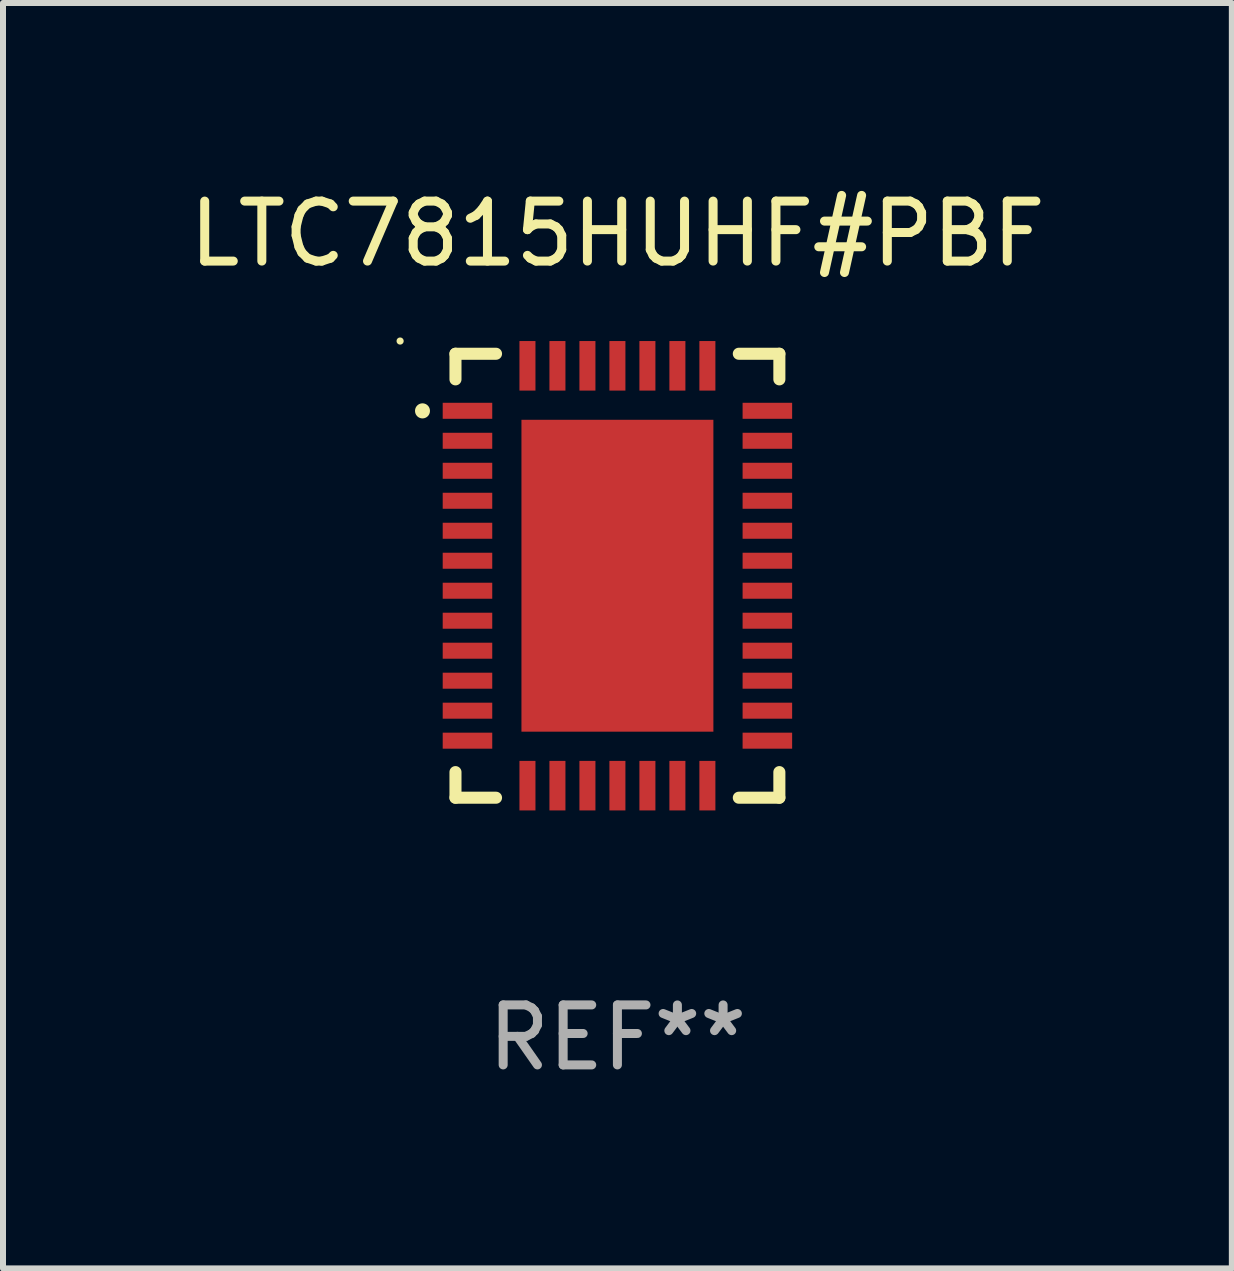
<source format=kicad_pcb>
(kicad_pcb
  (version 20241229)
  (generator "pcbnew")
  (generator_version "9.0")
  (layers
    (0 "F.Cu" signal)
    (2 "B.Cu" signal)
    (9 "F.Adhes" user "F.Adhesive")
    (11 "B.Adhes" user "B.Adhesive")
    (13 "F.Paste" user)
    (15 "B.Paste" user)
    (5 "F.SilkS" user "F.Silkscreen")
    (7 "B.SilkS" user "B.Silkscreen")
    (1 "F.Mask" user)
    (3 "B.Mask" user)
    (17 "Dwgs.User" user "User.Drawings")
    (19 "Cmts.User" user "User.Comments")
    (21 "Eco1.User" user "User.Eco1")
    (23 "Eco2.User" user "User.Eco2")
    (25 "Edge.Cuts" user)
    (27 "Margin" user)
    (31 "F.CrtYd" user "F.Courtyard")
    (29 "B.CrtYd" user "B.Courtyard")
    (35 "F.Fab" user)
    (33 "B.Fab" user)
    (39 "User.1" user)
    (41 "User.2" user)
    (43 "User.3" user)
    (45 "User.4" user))
  (footprint "LTC7815HUHF#PBF"
    (layer "F.Cu")
    (at 7.244 6.549)
    (property "Reference" "LTC7815HUHF#PBF" (at 0 -5.701 0) (layer "F.SilkS") (effects (font (size 1 1) (thickness 0.15))))
    (attr through_hole)
    (fp_line (start -2.7 -3.701) (end -2.024 -3.701) (stroke (width 0.201) (type solid)) (layer "F.SilkS"))
    (fp_line (start -2.7 -3.274) (end -2.7 -3.701) (stroke (width 0.201) (type solid)) (layer "F.SilkS"))
    (fp_line (start -2.7 3.274) (end -2.7 3.701) (stroke (width 0.201) (type solid)) (layer "F.SilkS"))
    (fp_line (start -2.7 3.701) (end -2.024 3.701) (stroke (width 0.201) (type solid)) (layer "F.SilkS"))
    (fp_line (start 2.024 -3.701) (end 2.7 -3.701) (stroke (width 0.201) (type solid)) (layer "F.SilkS"))
    (fp_line (start 2.024 3.701) (end 2.7 3.701) (stroke (width 0.201) (type solid)) (layer "F.SilkS"))
    (fp_line (start 2.7 -3.701) (end 2.7 -3.274) (stroke (width 0.201) (type solid)) (layer "F.SilkS"))
    (fp_line (start 2.7 3.701) (end 2.7 3.274) (stroke (width 0.201) (type solid)) (layer "F.SilkS"))
    (fp_arc (start -3.250013 -2.747473) (mid -3.250019 -2.748743) (end -3.250013 -2.750013) (stroke (width 0.24892) (type solid)) (layer "F.SilkS"))
    (fp_circle (center -3.623 -3.913) (end -3.593 -3.913) (stroke (width 0.06) (type solid)) (fill no) (layer "F.SilkS"))
    (fp_text user "REF**" (at 0 7.701 0) (layer "F.Fab") (effects (font (size 1 1) (thickness 0.15))))
    (pad "1" smd rect (at -2.5 -2.75 90) (size 0.267 0.826) (layers "F.Cu" "F.Mask" "F.Paste"))
    (pad "2" smd rect (at -2.5 -2.25 90) (size 0.267 0.826) (layers "F.Cu" "F.Mask" "F.Paste"))
    (pad "3" smd rect (at -2.5 -1.75 90) (size 0.267 0.826) (layers "F.Cu" "F.Mask" "F.Paste"))
    (pad "4" smd rect (at -2.5 -1.25 90) (size 0.267 0.826) (layers "F.Cu" "F.Mask" "F.Paste"))
    (pad "5" smd rect (at -2.5 -0.75 90) (size 0.267 0.826) (layers "F.Cu" "F.Mask" "F.Paste"))
    (pad "6" smd rect (at -2.5 -0.25 90) (size 0.267 0.826) (layers "F.Cu" "F.Mask" "F.Paste"))
    (pad "7" smd rect (at -2.5 0.25 90) (size 0.267 0.826) (layers "F.Cu" "F.Mask" "F.Paste"))
    (pad "8" smd rect (at -2.5 0.75 90) (size 0.267 0.826) (layers "F.Cu" "F.Mask" "F.Paste"))
    (pad "9" smd rect (at -2.5 1.25 90) (size 0.267 0.826) (layers "F.Cu" "F.Mask" "F.Paste"))
    (pad "10" smd rect (at -2.5 1.75 90) (size 0.267 0.826) (layers "F.Cu" "F.Mask" "F.Paste"))
    (pad "11" smd rect (at -2.5 2.25 90) (size 0.267 0.826) (layers "F.Cu" "F.Mask" "F.Paste"))
    (pad "12" smd rect (at -2.5 2.75 90) (size 0.267 0.826) (layers "F.Cu" "F.Mask" "F.Paste"))
    (pad "13" smd rect (at -1.5 3.5) (size 0.267 0.826) (layers "F.Cu" "F.Mask" "F.Paste"))
    (pad "14" smd rect (at -1 3.5) (size 0.267 0.826) (layers "F.Cu" "F.Mask" "F.Paste"))
    (pad "15" smd rect (at -0.5 3.5) (size 0.267 0.826) (layers "F.Cu" "F.Mask" "F.Paste"))
    (pad "16" smd rect (at 0 3.5) (size 0.267 0.826) (layers "F.Cu" "F.Mask" "F.Paste"))
    (pad "17" smd rect (at 0.5 3.5) (size 0.267 0.826) (layers "F.Cu" "F.Mask" "F.Paste"))
    (pad "18" smd rect (at 1 3.5) (size 0.267 0.826) (layers "F.Cu" "F.Mask" "F.Paste"))
    (pad "19" smd rect (at 1.5 3.5) (size 0.267 0.826) (layers "F.Cu" "F.Mask" "F.Paste"))
    (pad "20" smd rect (at 2.5 2.75 90) (size 0.267 0.826) (layers "F.Cu" "F.Mask" "F.Paste"))
    (pad "21" smd rect (at 2.5 2.25 90) (size 0.267 0.826) (layers "F.Cu" "F.Mask" "F.Paste"))
    (pad "22" smd rect (at 2.5 1.75 90) (size 0.267 0.826) (layers "F.Cu" "F.Mask" "F.Paste"))
    (pad "23" smd rect (at 2.5 1.25 90) (size 0.267 0.826) (layers "F.Cu" "F.Mask" "F.Paste"))
    (pad "24" smd rect (at 2.5 0.75 90) (size 0.267 0.826) (layers "F.Cu" "F.Mask" "F.Paste"))
    (pad "25" smd rect (at 2.5 0.25 90) (size 0.267 0.826) (layers "F.Cu" "F.Mask" "F.Paste"))
    (pad "26" smd rect (at 2.5 -0.25 90) (size 0.267 0.826) (layers "F.Cu" "F.Mask" "F.Paste"))
    (pad "27" smd rect (at 2.5 -0.75 90) (size 0.267 0.826) (layers "F.Cu" "F.Mask" "F.Paste"))
    (pad "28" smd rect (at 2.5 -1.25 90) (size 0.267 0.826) (layers "F.Cu" "F.Mask" "F.Paste"))
    (pad "29" smd rect (at 2.5 -1.75 90) (size 0.267 0.826) (layers "F.Cu" "F.Mask" "F.Paste"))
    (pad "30" smd rect (at 2.5 -2.25 90) (size 0.267 0.826) (layers "F.Cu" "F.Mask" "F.Paste"))
    (pad "31" smd rect (at 2.5 -2.75 90) (size 0.267 0.826) (layers "F.Cu" "F.Mask" "F.Paste"))
    (pad "32" smd rect (at 1.5 -3.5) (size 0.267 0.826) (layers "F.Cu" "F.Mask" "F.Paste"))
    (pad "33" smd rect (at 1 -3.5) (size 0.267 0.826) (layers "F.Cu" "F.Mask" "F.Paste"))
    (pad "34" smd rect (at 0.5 -3.5) (size 0.267 0.826) (layers "F.Cu" "F.Mask" "F.Paste"))
    (pad "35" smd rect (at 0 -3.5) (size 0.267 0.826) (layers "F.Cu" "F.Mask" "F.Paste"))
    (pad "36" smd rect (at -0.5 -3.5) (size 0.267 0.826) (layers "F.Cu" "F.Mask" "F.Paste"))
    (pad "37" smd rect (at -1 -3.5) (size 0.267 0.826) (layers "F.Cu" "F.Mask" "F.Paste"))
    (pad "38" smd rect (at -1.5 -3.5) (size 0.267 0.826) (layers "F.Cu" "F.Mask" "F.Paste"))
    (pad "39" smd rect (at 0 0) (size 3.2 5.2) (layers "F.Cu" "F.Mask" "F.Paste")))
  (gr_rect
    (start -3 -3)
    (end 17.488 18.098)
    (stroke (width 0.1) (type default))
    (fill no)
    (layer "Edge.Cuts")))
</source>
